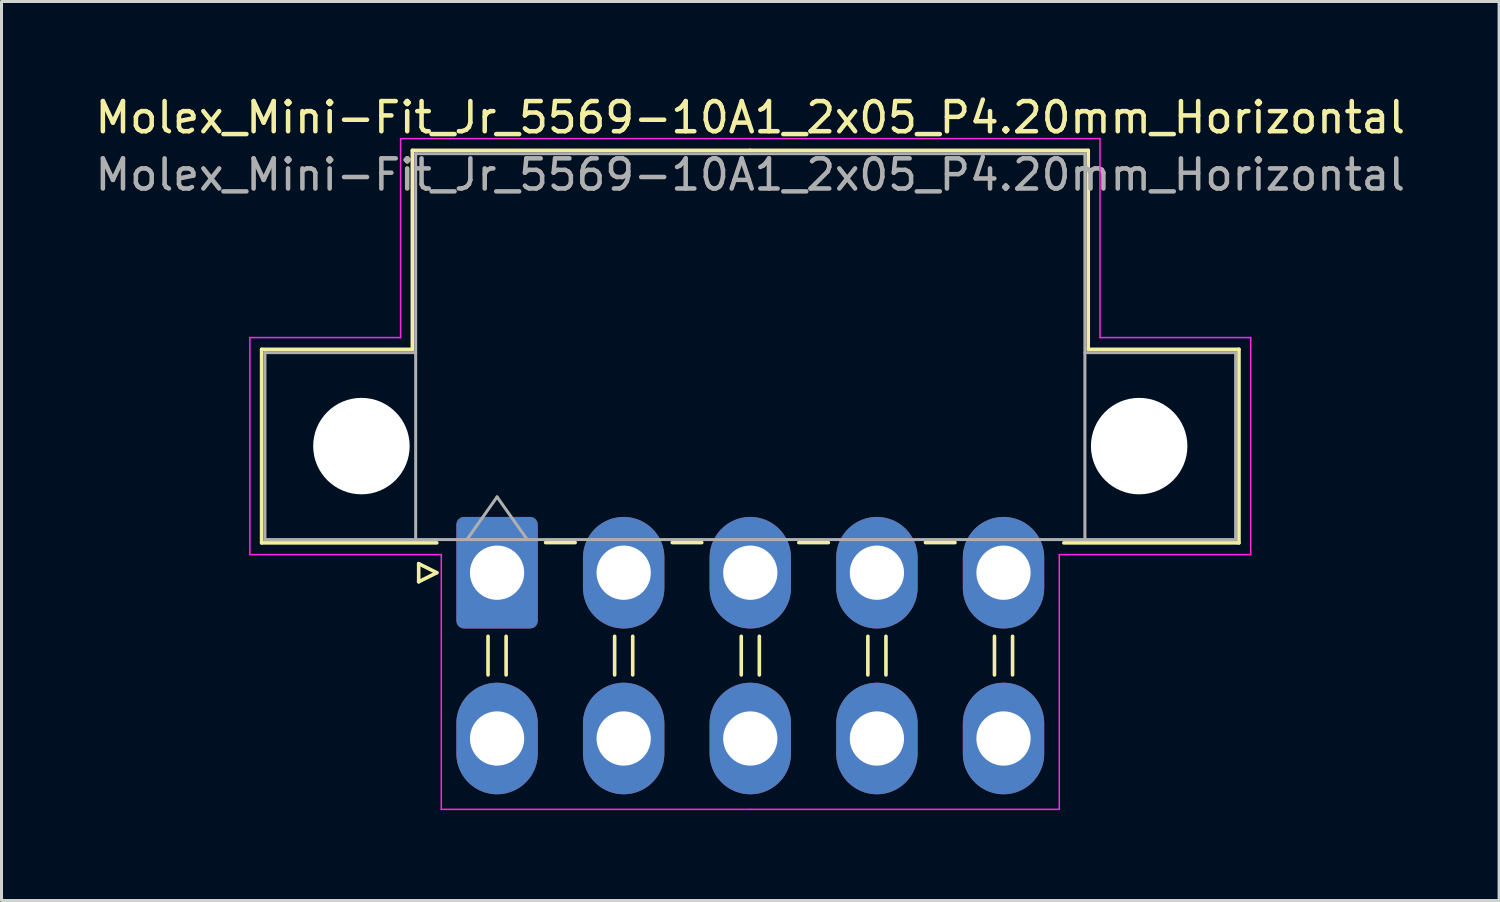
<source format=kicad_pcb>
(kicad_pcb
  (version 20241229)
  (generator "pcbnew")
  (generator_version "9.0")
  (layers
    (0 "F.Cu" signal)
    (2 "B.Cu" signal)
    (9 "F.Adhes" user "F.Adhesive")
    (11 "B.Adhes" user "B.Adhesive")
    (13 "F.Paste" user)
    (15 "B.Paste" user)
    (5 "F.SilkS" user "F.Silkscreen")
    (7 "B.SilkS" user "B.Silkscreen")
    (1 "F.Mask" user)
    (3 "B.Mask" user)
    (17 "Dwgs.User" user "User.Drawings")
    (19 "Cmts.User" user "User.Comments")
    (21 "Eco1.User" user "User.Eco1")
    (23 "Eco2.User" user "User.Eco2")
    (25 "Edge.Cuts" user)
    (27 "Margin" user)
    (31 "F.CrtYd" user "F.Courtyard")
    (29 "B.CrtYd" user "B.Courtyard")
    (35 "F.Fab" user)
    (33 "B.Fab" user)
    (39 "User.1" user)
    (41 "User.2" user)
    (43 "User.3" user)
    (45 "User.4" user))
  (footprint "Molex_Mini-Fit_Jr_5569-10A1_2x05_P4.20mm_Horizontal"
    (layer "F.Cu")
    (at 13.439 15.948)
    (property "Reference" "Molex_Mini-Fit_Jr_5569-10A1_2x05_P4.20mm_Horizontal" (at 8.4 -15.1 0) (layer "F.SilkS") (effects (font (size 1 1) (thickness 0.15))))
    (attr through_hole)
    (fp_line (start -7.81 -7.41) (end -7.81 -0.99) (stroke (width 0.12) (type solid)) (layer "F.SilkS"))
    (fp_line (start -7.81 -0.99) (end -2 -0.99) (stroke (width 0.12) (type solid)) (layer "F.SilkS"))
    (fp_line (start -2.81 -14.01) (end -2.81 -7.41) (stroke (width 0.12) (type solid)) (layer "F.SilkS"))
    (fp_line (start -2.81 -7.41) (end -7.81 -7.41) (stroke (width 0.12) (type solid)) (layer "F.SilkS"))
    (fp_line (start -2.6 -0.3) (end -2 0) (stroke (width 0.12) (type solid)) (layer "F.SilkS"))
    (fp_line (start -2.6 0.3) (end -2.6 -0.3) (stroke (width 0.12) (type solid)) (layer "F.SilkS"))
    (fp_line (start -2 0) (end -2.6 0.3) (stroke (width 0.12) (type solid)) (layer "F.SilkS"))
    (fp_line (start -0.3 2.11) (end -0.3 3.39) (stroke (width 0.12) (type solid)) (layer "F.SilkS"))
    (fp_line (start 0.3 2.11) (end 0.3 3.39) (stroke (width 0.12) (type solid)) (layer "F.SilkS"))
    (fp_line (start 1.61 -1) (end 2.59 -1) (stroke (width 0.12) (type solid)) (layer "F.SilkS"))
    (fp_line (start 3.9 2.11) (end 3.9 3.39) (stroke (width 0.12) (type solid)) (layer "F.SilkS"))
    (fp_line (start 4.5 2.11) (end 4.5 3.39) (stroke (width 0.12) (type solid)) (layer "F.SilkS"))
    (fp_line (start 5.81 -1) (end 6.79 -1) (stroke (width 0.12) (type solid)) (layer "F.SilkS"))
    (fp_line (start 8.1 2.11) (end 8.1 3.39) (stroke (width 0.12) (type solid)) (layer "F.SilkS"))
    (fp_line (start 8.4 -14.01) (end -2.81 -14.01) (stroke (width 0.12) (type solid)) (layer "F.SilkS"))
    (fp_line (start 8.4 -14.01) (end 19.61 -14.01) (stroke (width 0.12) (type solid)) (layer "F.SilkS"))
    (fp_line (start 8.7 2.11) (end 8.7 3.39) (stroke (width 0.12) (type solid)) (layer "F.SilkS"))
    (fp_line (start 10.01 -1) (end 10.99 -1) (stroke (width 0.12) (type solid)) (layer "F.SilkS"))
    (fp_line (start 12.3 2.11) (end 12.3 3.39) (stroke (width 0.12) (type solid)) (layer "F.SilkS"))
    (fp_line (start 12.9 2.11) (end 12.9 3.39) (stroke (width 0.12) (type solid)) (layer "F.SilkS"))
    (fp_line (start 14.21 -1) (end 15.19 -1) (stroke (width 0.12) (type solid)) (layer "F.SilkS"))
    (fp_line (start 16.5 2.11) (end 16.5 3.39) (stroke (width 0.12) (type solid)) (layer "F.SilkS"))
    (fp_line (start 17.1 2.11) (end 17.1 3.39) (stroke (width 0.12) (type solid)) (layer "F.SilkS"))
    (fp_line (start 19.61 -14.01) (end 19.61 -7.41) (stroke (width 0.12) (type solid)) (layer "F.SilkS"))
    (fp_line (start 19.61 -7.41) (end 24.61 -7.41) (stroke (width 0.12) (type solid)) (layer "F.SilkS"))
    (fp_line (start 24.61 -7.41) (end 24.61 -0.99) (stroke (width 0.12) (type solid)) (layer "F.SilkS"))
    (fp_line (start 24.61 -0.99) (end 18.8 -0.99) (stroke (width 0.12) (type solid)) (layer "F.SilkS"))
    (fp_line (start -8.2 -7.8) (end -8.2 -0.6) (stroke (width 0.05) (type solid)) (layer "F.CrtYd"))
    (fp_line (start -8.2 -0.6) (end -1.85 -0.6) (stroke (width 0.05) (type solid)) (layer "F.CrtYd"))
    (fp_line (start -3.2 -14.4) (end -3.2 -7.8) (stroke (width 0.05) (type solid)) (layer "F.CrtYd"))
    (fp_line (start -3.2 -7.8) (end -8.2 -7.8) (stroke (width 0.05) (type solid)) (layer "F.CrtYd"))
    (fp_line (start -1.85 -0.6) (end -1.85 7.85) (stroke (width 0.05) (type solid)) (layer "F.CrtYd"))
    (fp_line (start -1.85 7.85) (end 8.4 7.85) (stroke (width 0.05) (type solid)) (layer "F.CrtYd"))
    (fp_line (start 8.4 -14.4) (end -3.2 -14.4) (stroke (width 0.05) (type solid)) (layer "F.CrtYd"))
    (fp_line (start 8.4 -14.4) (end 20 -14.4) (stroke (width 0.05) (type solid)) (layer "F.CrtYd"))
    (fp_line (start 18.65 -0.6) (end 18.65 7.85) (stroke (width 0.05) (type solid)) (layer "F.CrtYd"))
    (fp_line (start 18.65 7.85) (end 8.4 7.85) (stroke (width 0.05) (type solid)) (layer "F.CrtYd"))
    (fp_line (start 20 -14.4) (end 20 -7.8) (stroke (width 0.05) (type solid)) (layer "F.CrtYd"))
    (fp_line (start 20 -7.8) (end 25 -7.8) (stroke (width 0.05) (type solid)) (layer "F.CrtYd"))
    (fp_line (start 25 -7.8) (end 25 -0.6) (stroke (width 0.05) (type solid)) (layer "F.CrtYd"))
    (fp_line (start 25 -0.6) (end 18.65 -0.6) (stroke (width 0.05) (type solid)) (layer "F.CrtYd"))
    (fp_line (start -7.7 -7.3) (end -7.7 -1.1) (stroke (width 0.1) (type solid)) (layer "F.Fab"))
    (fp_line (start -7.7 -1.1) (end -2.7 -1.1) (stroke (width 0.1) (type solid)) (layer "F.Fab"))
    (fp_line (start -2.7 -13.9) (end -2.7 -1.1) (stroke (width 0.1) (type solid)) (layer "F.Fab"))
    (fp_line (start -2.7 -7.3) (end -7.7 -7.3) (stroke (width 0.1) (type solid)) (layer "F.Fab"))
    (fp_line (start -2.7 -1.1) (end 19.5 -1.1) (stroke (width 0.1) (type solid)) (layer "F.Fab"))
    (fp_line (start -1 -1.1) (end 0 -2.514) (stroke (width 0.1) (type solid)) (layer "F.Fab"))
    (fp_line (start 0 -2.514) (end 1 -1.1) (stroke (width 0.1) (type solid)) (layer "F.Fab"))
    (fp_line (start 19.5 -13.9) (end -2.7 -13.9) (stroke (width 0.1) (type solid)) (layer "F.Fab"))
    (fp_line (start 19.5 -7.3) (end 24.5 -7.3) (stroke (width 0.1) (type solid)) (layer "F.Fab"))
    (fp_line (start 19.5 -1.1) (end 19.5 -13.9) (stroke (width 0.1) (type solid)) (layer "F.Fab"))
    (fp_line (start 24.5 -7.3) (end 24.5 -1.1) (stroke (width 0.1) (type solid)) (layer "F.Fab"))
    (fp_line (start 24.5 -1.1) (end 19.5 -1.1) (stroke (width 0.1) (type solid)) (layer "F.Fab"))
    (fp_text user "${REFERENCE}" (at 8.4 -13.2 0) (layer "F.Fab") (effects (font (size 1 1) (thickness 0.15))))
    (pad "" np_thru_hole circle (at -4.5 -4.2) (size 3.2 3.2) (drill 3.2) (layers "*.Cu" "*.Mask"))
    (pad "" np_thru_hole circle (at 21.3 -4.2) (size 3.2 3.2) (drill 3.2) (layers "*.Cu" "*.Mask"))
    (pad "1" thru_hole roundrect (at 0 0) (size 2.7 3.7) (drill 1.8) (layers "*.Cu" "*.Mask") (roundrect_rratio 0.093))
    (pad "2" thru_hole oval (at 4.2 0) (size 2.7 3.7) (drill 1.8) (layers "*.Cu" "*.Mask"))
    (pad "3" thru_hole oval (at 8.4 0) (size 2.7 3.7) (drill 1.8) (layers "*.Cu" "*.Mask"))
    (pad "4" thru_hole oval (at 12.6 0) (size 2.7 3.7) (drill 1.8) (layers "*.Cu" "*.Mask"))
    (pad "5" thru_hole oval (at 16.8 0) (size 2.7 3.7) (drill 1.8) (layers "*.Cu" "*.Mask"))
    (pad "6" thru_hole oval (at 0 5.5) (size 2.7 3.7) (drill 1.8) (layers "*.Cu" "*.Mask"))
    (pad "7" thru_hole oval (at 4.2 5.5) (size 2.7 3.7) (drill 1.8) (layers "*.Cu" "*.Mask"))
    (pad "8" thru_hole oval (at 8.4 5.5) (size 2.7 3.7) (drill 1.8) (layers "*.Cu" "*.Mask"))
    (pad "9" thru_hole oval (at 12.6 5.5) (size 2.7 3.7) (drill 1.8) (layers "*.Cu" "*.Mask"))
    (pad "10" thru_hole oval (at 16.8 5.5) (size 2.7 3.7) (drill 1.8) (layers "*.Cu" "*.Mask")))
  (gr_rect
    (start -3 -3)
    (end 46.679 26.823)
    (stroke (width 0.1) (type default))
    (fill no)
    (layer "Edge.Cuts")))
</source>
